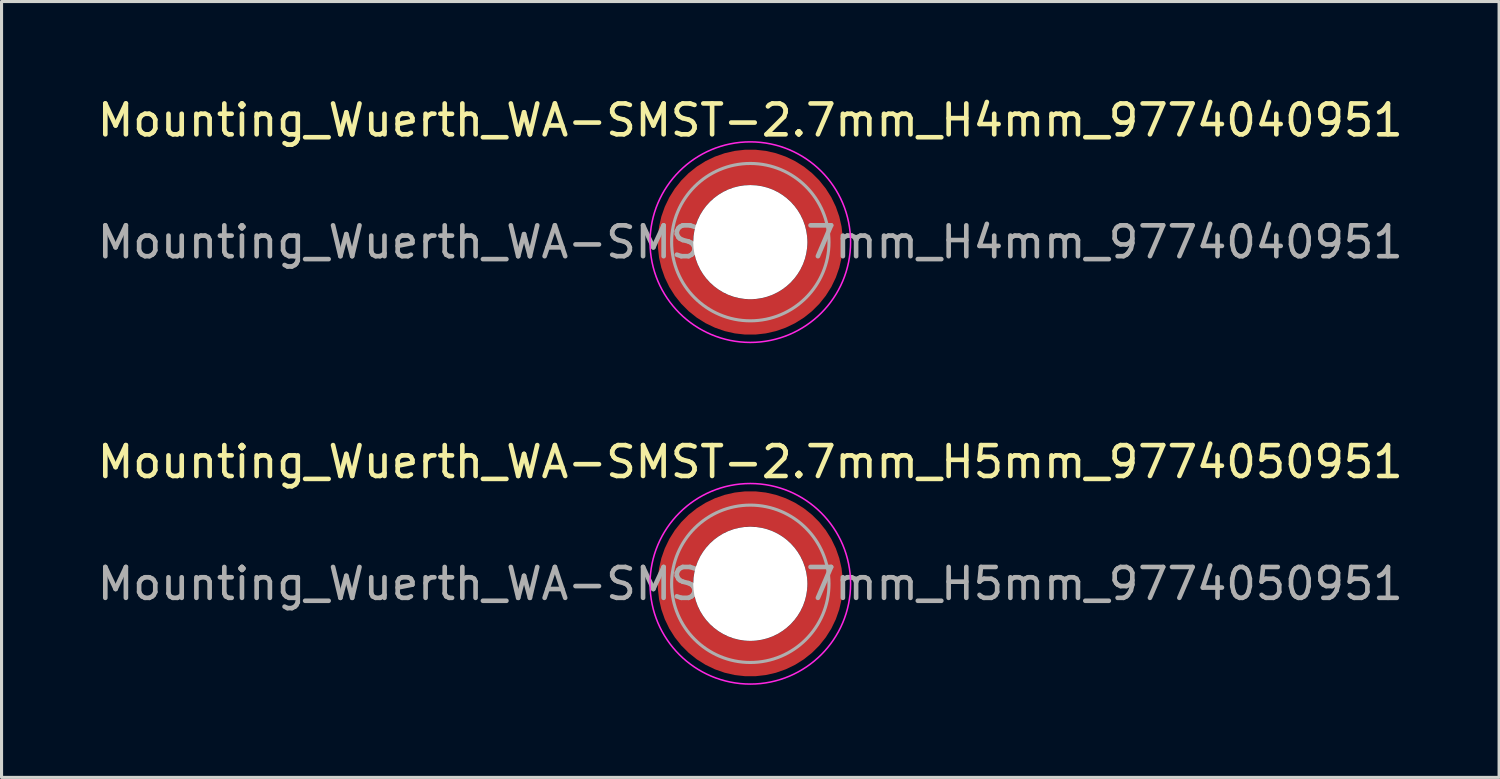
<source format=kicad_pcb>
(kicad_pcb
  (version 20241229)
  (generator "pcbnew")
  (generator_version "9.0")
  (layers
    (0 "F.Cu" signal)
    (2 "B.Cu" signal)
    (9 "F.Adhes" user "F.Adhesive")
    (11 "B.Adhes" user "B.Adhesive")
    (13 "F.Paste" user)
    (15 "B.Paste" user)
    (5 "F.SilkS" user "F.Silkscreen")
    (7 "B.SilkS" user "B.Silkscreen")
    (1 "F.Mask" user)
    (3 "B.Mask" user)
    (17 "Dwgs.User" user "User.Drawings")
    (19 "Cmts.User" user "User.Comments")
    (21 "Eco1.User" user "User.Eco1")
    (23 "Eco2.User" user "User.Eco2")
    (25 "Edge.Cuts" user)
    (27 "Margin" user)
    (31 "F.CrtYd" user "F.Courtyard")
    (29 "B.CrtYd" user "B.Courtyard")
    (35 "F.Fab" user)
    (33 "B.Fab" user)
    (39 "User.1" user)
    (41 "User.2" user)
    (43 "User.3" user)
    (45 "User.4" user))
  (footprint "Mounting_Wuerth_WA-SMST-2.7mm_H4mm_9774040951"
    (layer "F.Cu")
    (at 21.268 4.798)
    (property "Reference" "Mounting_Wuerth_WA-SMST-2.7mm_H4mm_9774040951" (at 0 -3.95 0) (layer "F.SilkS") (effects (font (size 1 1) (thickness 0.15))))
    (attr smd)
    (fp_circle (center 0 0) (end 3.25 0) (stroke (width 0.05) (type solid)) (fill no) (layer "F.CrtYd"))
    (fp_circle (center 0 0) (end 2.55 0) (stroke (width 0.1) (type solid)) (fill no) (layer "F.Fab"))
    (fp_text user "${REFERENCE}" (at 0 0 0) (layer "F.Fab") (effects (font (size 1 1) (thickness 0.15))))
    (pad "" smd custom (at -1.704 -1.704) (size 0.62 0.62) (layers "F.Paste") (options (anchor circle)) (primitives (gr_arc (start -0.250195 1.279127) (mid 0.289146 0.290681) (end 1.277006 -0.249732) (width 0.2)) (gr_arc (start -0.34334 1.279127) (mid 0.224883 0.226093) (end 1.277452 -0.342992) (width 0.2)) (gr_arc (start -0.436309 1.279127) (mid 0.160537 0.16159) (end 1.277666 -0.436018) (width 0.2)) (gr_arc (start -0.529126 1.279127) (mid 0.095932 0.097343) (end 1.277167 -0.528752) (width 0.2)) (gr_arc (start -0.621807 1.279127) (mid 0.0309 0.033527) (end 1.275473 -0.621136) (width 0.2)) (gr_arc (start -0.71437 1.279127) (mid -0.03322 -0.031206) (end 1.276322 -0.713875) (width 0.2)) (gr_arc (start -0.806826 1.279127) (mid -0.097997 -0.095278) (end 1.275336 -0.806181) (width 0.2)) (gr_arc (start -0.899187 1.279127) (mid -0.161977 -0.160149) (end 1.276577 -0.898769) (width 0.2)) (gr_arc (start -0.991463 1.279127) (mid -0.226842 -0.224133) (end 1.275343 -0.990864) (width 0.2)) (gr_arc (start -1.083663 1.279127) (mid -0.291026 -0.288801) (end 1.276016 -1.083187) (width 0.2)) (gr_line (start 1.279 -0.25) (end 1.279 -1.084) (width 0.2)) (gr_line (start -0.25 1.279) (end -1.084 1.279) (width 0.2))))
    (pad "" smd custom (at -1.704 1.704) (size 0.62 0.62) (layers "F.Paste") (options (anchor circle)) (primitives (gr_arc (start 1.279127 0.250195) (mid 0.290681 -0.289146) (end -0.249732 -1.277006) (width 0.2)) (gr_arc (start 1.279127 0.34334) (mid 0.226093 -0.224883) (end -0.342992 -1.277452) (width 0.2)) (gr_arc (start 1.279127 0.436309) (mid 0.16159 -0.160537) (end -0.436018 -1.277666) (width 0.2)) (gr_arc (start 1.279127 0.529126) (mid 0.097343 -0.095932) (end -0.528752 -1.277167) (width 0.2)) (gr_arc (start 1.279127 0.621807) (mid 0.033527 -0.0309) (end -0.621136 -1.275473) (width 0.2)) (gr_arc (start 1.279127 0.71437) (mid -0.031206 0.03322) (end -0.713875 -1.276322) (width 0.2)) (gr_arc (start 1.279127 0.806826) (mid -0.095278 0.097997) (end -0.806181 -1.275336) (width 0.2)) (gr_arc (start 1.279127 0.899187) (mid -0.160149 0.161977) (end -0.898769 -1.276577) (width 0.2)) (gr_arc (start 1.279127 0.991463) (mid -0.224133 0.226842) (end -0.990864 -1.275343) (width 0.2)) (gr_arc (start 1.279127 1.083663) (mid -0.288801 0.291026) (end -1.083187 -1.276016) (width 0.2)) (gr_line (start -0.25 -1.279) (end -1.084 -1.279) (width 0.2)) (gr_line (start 1.279 0.25) (end 1.279 1.084) (width 0.2))))
    (pad "" np_thru_hole circle (at 0 0) (size 3.7 3.7) (drill 3.7) (layers "*.Cu" "*.Mask"))
    (pad "" smd custom (at 1.704 -1.704) (size 0.62 0.62) (layers "F.Paste") (options (anchor circle)) (primitives (gr_arc (start -1.279127 -0.250195) (mid -0.290681 0.289146) (end 0.249732 1.277006) (width 0.2)) (gr_arc (start -1.279127 -0.34334) (mid -0.226093 0.224883) (end 0.342992 1.277452) (width 0.2)) (gr_arc (start -1.279127 -0.436309) (mid -0.16159 0.160537) (end 0.436018 1.277666) (width 0.2)) (gr_arc (start -1.279127 -0.529126) (mid -0.097343 0.095932) (end 0.528752 1.277167) (width 0.2)) (gr_arc (start -1.279127 -0.621807) (mid -0.033527 0.0309) (end 0.621136 1.275473) (width 0.2)) (gr_arc (start -1.279127 -0.71437) (mid 0.031206 -0.03322) (end 0.713875 1.276322) (width 0.2)) (gr_arc (start -1.279127 -0.806826) (mid 0.095278 -0.097997) (end 0.806181 1.275336) (width 0.2)) (gr_arc (start -1.279127 -0.899187) (mid 0.160149 -0.161977) (end 0.898769 1.276577) (width 0.2)) (gr_arc (start -1.279127 -0.991463) (mid 0.224133 -0.226842) (end 0.990864 1.275343) (width 0.2)) (gr_arc (start -1.279127 -1.083663) (mid 0.288801 -0.291026) (end 1.083187 1.276016) (width 0.2)) (gr_line (start 0.25 1.279) (end 1.084 1.279) (width 0.2)) (gr_line (start -1.279 -0.25) (end -1.279 -1.084) (width 0.2))))
    (pad "" smd custom (at 1.704 1.704) (size 0.62 0.62) (layers "F.Paste") (options (anchor circle)) (primitives (gr_arc (start 0.250195 -1.279127) (mid -0.289146 -0.290681) (end -1.277006 0.249732) (width 0.2)) (gr_arc (start 0.34334 -1.279127) (mid -0.224883 -0.226093) (end -1.277452 0.342992) (width 0.2)) (gr_arc (start 0.436309 -1.279127) (mid -0.160537 -0.16159) (end -1.277666 0.436018) (width 0.2)) (gr_arc (start 0.529126 -1.279127) (mid -0.095932 -0.097343) (end -1.277167 0.528752) (width 0.2)) (gr_arc (start 0.621807 -1.279127) (mid -0.0309 -0.033527) (end -1.275473 0.621136) (width 0.2)) (gr_arc (start 0.71437 -1.279127) (mid 0.03322 0.031206) (end -1.276322 0.713875) (width 0.2)) (gr_arc (start 0.806826 -1.279127) (mid 0.097997 0.095278) (end -1.275336 0.806181) (width 0.2)) (gr_arc (start 0.899187 -1.279127) (mid 0.161977 0.160149) (end -1.276577 0.898769) (width 0.2)) (gr_arc (start 0.991463 -1.279127) (mid 0.226842 0.224133) (end -1.275343 0.990864) (width 0.2)) (gr_arc (start 1.083663 -1.279127) (mid 0.291026 0.288801) (end -1.276016 1.083187) (width 0.2)) (gr_line (start -1.279 0.25) (end -1.279 1.084) (width 0.2)) (gr_line (start 0.25 -1.279) (end 1.084 -1.279) (width 0.2))))
    (pad "1" smd circle (at -2.425 0) (size 0.75 0.75) (layers "F.Cu"))
    (pad "1" smd circle (at 0 -2.425) (size 0.75 0.75) (layers "F.Cu"))
    (pad "1" smd circle (at 0 2.425) (size 0.75 0.75) (layers "F.Cu"))
    (pad "1" smd custom (at 2.425 0) (size 0.75 0.75) (layers "F.Cu" "F.Mask") (options (anchor circle)) (primitives (gr_circle (center -2.425 0) (end 0 0) (width 1.15) (fill no)))))
  (footprint "Mounting_Wuerth_WA-SMST-2.7mm_H5mm_9774050951"
    (layer "F.Cu")
    (at 21.268 15.871)
    (property "Reference" "Mounting_Wuerth_WA-SMST-2.7mm_H5mm_9774050951" (at 0 -3.95 0) (layer "F.SilkS") (effects (font (size 1 1) (thickness 0.15))))
    (attr smd)
    (fp_circle (center 0 0) (end 3.25 0) (stroke (width 0.05) (type solid)) (fill no) (layer "F.CrtYd"))
    (fp_circle (center 0 0) (end 2.55 0) (stroke (width 0.1) (type solid)) (fill no) (layer "F.Fab"))
    (fp_text user "${REFERENCE}" (at 0 0 0) (layer "F.Fab") (effects (font (size 1 1) (thickness 0.15))))
    (pad "" smd custom (at -1.704 -1.704) (size 0.62 0.62) (layers "F.Paste") (options (anchor circle)) (primitives (gr_arc (start -0.250195 1.279127) (mid 0.289146 0.290681) (end 1.277006 -0.249732) (width 0.2)) (gr_arc (start -0.34334 1.279127) (mid 0.224883 0.226093) (end 1.277452 -0.342992) (width 0.2)) (gr_arc (start -0.436309 1.279127) (mid 0.160537 0.16159) (end 1.277666 -0.436018) (width 0.2)) (gr_arc (start -0.529126 1.279127) (mid 0.095932 0.097343) (end 1.277167 -0.528752) (width 0.2)) (gr_arc (start -0.621807 1.279127) (mid 0.0309 0.033527) (end 1.275473 -0.621136) (width 0.2)) (gr_arc (start -0.71437 1.279127) (mid -0.03322 -0.031206) (end 1.276322 -0.713875) (width 0.2)) (gr_arc (start -0.806826 1.279127) (mid -0.097997 -0.095278) (end 1.275336 -0.806181) (width 0.2)) (gr_arc (start -0.899187 1.279127) (mid -0.161977 -0.160149) (end 1.276577 -0.898769) (width 0.2)) (gr_arc (start -0.991463 1.279127) (mid -0.226842 -0.224133) (end 1.275343 -0.990864) (width 0.2)) (gr_arc (start -1.083663 1.279127) (mid -0.291026 -0.288801) (end 1.276016 -1.083187) (width 0.2)) (gr_line (start 1.279 -0.25) (end 1.279 -1.084) (width 0.2)) (gr_line (start -0.25 1.279) (end -1.084 1.279) (width 0.2))))
    (pad "" smd custom (at -1.704 1.704) (size 0.62 0.62) (layers "F.Paste") (options (anchor circle)) (primitives (gr_arc (start 1.279127 0.250195) (mid 0.290681 -0.289146) (end -0.249732 -1.277006) (width 0.2)) (gr_arc (start 1.279127 0.34334) (mid 0.226093 -0.224883) (end -0.342992 -1.277452) (width 0.2)) (gr_arc (start 1.279127 0.436309) (mid 0.16159 -0.160537) (end -0.436018 -1.277666) (width 0.2)) (gr_arc (start 1.279127 0.529126) (mid 0.097343 -0.095932) (end -0.528752 -1.277167) (width 0.2)) (gr_arc (start 1.279127 0.621807) (mid 0.033527 -0.0309) (end -0.621136 -1.275473) (width 0.2)) (gr_arc (start 1.279127 0.71437) (mid -0.031206 0.03322) (end -0.713875 -1.276322) (width 0.2)) (gr_arc (start 1.279127 0.806826) (mid -0.095278 0.097997) (end -0.806181 -1.275336) (width 0.2)) (gr_arc (start 1.279127 0.899187) (mid -0.160149 0.161977) (end -0.898769 -1.276577) (width 0.2)) (gr_arc (start 1.279127 0.991463) (mid -0.224133 0.226842) (end -0.990864 -1.275343) (width 0.2)) (gr_arc (start 1.279127 1.083663) (mid -0.288801 0.291026) (end -1.083187 -1.276016) (width 0.2)) (gr_line (start -0.25 -1.279) (end -1.084 -1.279) (width 0.2)) (gr_line (start 1.279 0.25) (end 1.279 1.084) (width 0.2))))
    (pad "" np_thru_hole circle (at 0 0) (size 3.7 3.7) (drill 3.7) (layers "*.Cu" "*.Mask"))
    (pad "" smd custom (at 1.704 -1.704) (size 0.62 0.62) (layers "F.Paste") (options (anchor circle)) (primitives (gr_arc (start -1.279127 -0.250195) (mid -0.290681 0.289146) (end 0.249732 1.277006) (width 0.2)) (gr_arc (start -1.279127 -0.34334) (mid -0.226093 0.224883) (end 0.342992 1.277452) (width 0.2)) (gr_arc (start -1.279127 -0.436309) (mid -0.16159 0.160537) (end 0.436018 1.277666) (width 0.2)) (gr_arc (start -1.279127 -0.529126) (mid -0.097343 0.095932) (end 0.528752 1.277167) (width 0.2)) (gr_arc (start -1.279127 -0.621807) (mid -0.033527 0.0309) (end 0.621136 1.275473) (width 0.2)) (gr_arc (start -1.279127 -0.71437) (mid 0.031206 -0.03322) (end 0.713875 1.276322) (width 0.2)) (gr_arc (start -1.279127 -0.806826) (mid 0.095278 -0.097997) (end 0.806181 1.275336) (width 0.2)) (gr_arc (start -1.279127 -0.899187) (mid 0.160149 -0.161977) (end 0.898769 1.276577) (width 0.2)) (gr_arc (start -1.279127 -0.991463) (mid 0.224133 -0.226842) (end 0.990864 1.275343) (width 0.2)) (gr_arc (start -1.279127 -1.083663) (mid 0.288801 -0.291026) (end 1.083187 1.276016) (width 0.2)) (gr_line (start 0.25 1.279) (end 1.084 1.279) (width 0.2)) (gr_line (start -1.279 -0.25) (end -1.279 -1.084) (width 0.2))))
    (pad "" smd custom (at 1.704 1.704) (size 0.62 0.62) (layers "F.Paste") (options (anchor circle)) (primitives (gr_arc (start 0.250195 -1.279127) (mid -0.289146 -0.290681) (end -1.277006 0.249732) (width 0.2)) (gr_arc (start 0.34334 -1.279127) (mid -0.224883 -0.226093) (end -1.277452 0.342992) (width 0.2)) (gr_arc (start 0.436309 -1.279127) (mid -0.160537 -0.16159) (end -1.277666 0.436018) (width 0.2)) (gr_arc (start 0.529126 -1.279127) (mid -0.095932 -0.097343) (end -1.277167 0.528752) (width 0.2)) (gr_arc (start 0.621807 -1.279127) (mid -0.0309 -0.033527) (end -1.275473 0.621136) (width 0.2)) (gr_arc (start 0.71437 -1.279127) (mid 0.03322 0.031206) (end -1.276322 0.713875) (width 0.2)) (gr_arc (start 0.806826 -1.279127) (mid 0.097997 0.095278) (end -1.275336 0.806181) (width 0.2)) (gr_arc (start 0.899187 -1.279127) (mid 0.161977 0.160149) (end -1.276577 0.898769) (width 0.2)) (gr_arc (start 0.991463 -1.279127) (mid 0.226842 0.224133) (end -1.275343 0.990864) (width 0.2)) (gr_arc (start 1.083663 -1.279127) (mid 0.291026 0.288801) (end -1.276016 1.083187) (width 0.2)) (gr_line (start -1.279 0.25) (end -1.279 1.084) (width 0.2)) (gr_line (start 0.25 -1.279) (end 1.084 -1.279) (width 0.2))))
    (pad "1" smd circle (at -2.425 0) (size 0.75 0.75) (layers "F.Cu"))
    (pad "1" smd circle (at 0 -2.425) (size 0.75 0.75) (layers "F.Cu"))
    (pad "1" smd circle (at 0 2.425) (size 0.75 0.75) (layers "F.Cu"))
    (pad "1" smd custom (at 2.425 0) (size 0.75 0.75) (layers "F.Cu" "F.Mask") (options (anchor circle)) (primitives (gr_circle (center -2.425 0) (end 0 0) (width 1.15) (fill no)))))
  (gr_rect
    (start -3 -3)
    (end 45.536 22.146)
    (stroke (width 0.1) (type default))
    (fill no)
    (layer "Edge.Cuts")))
</source>
